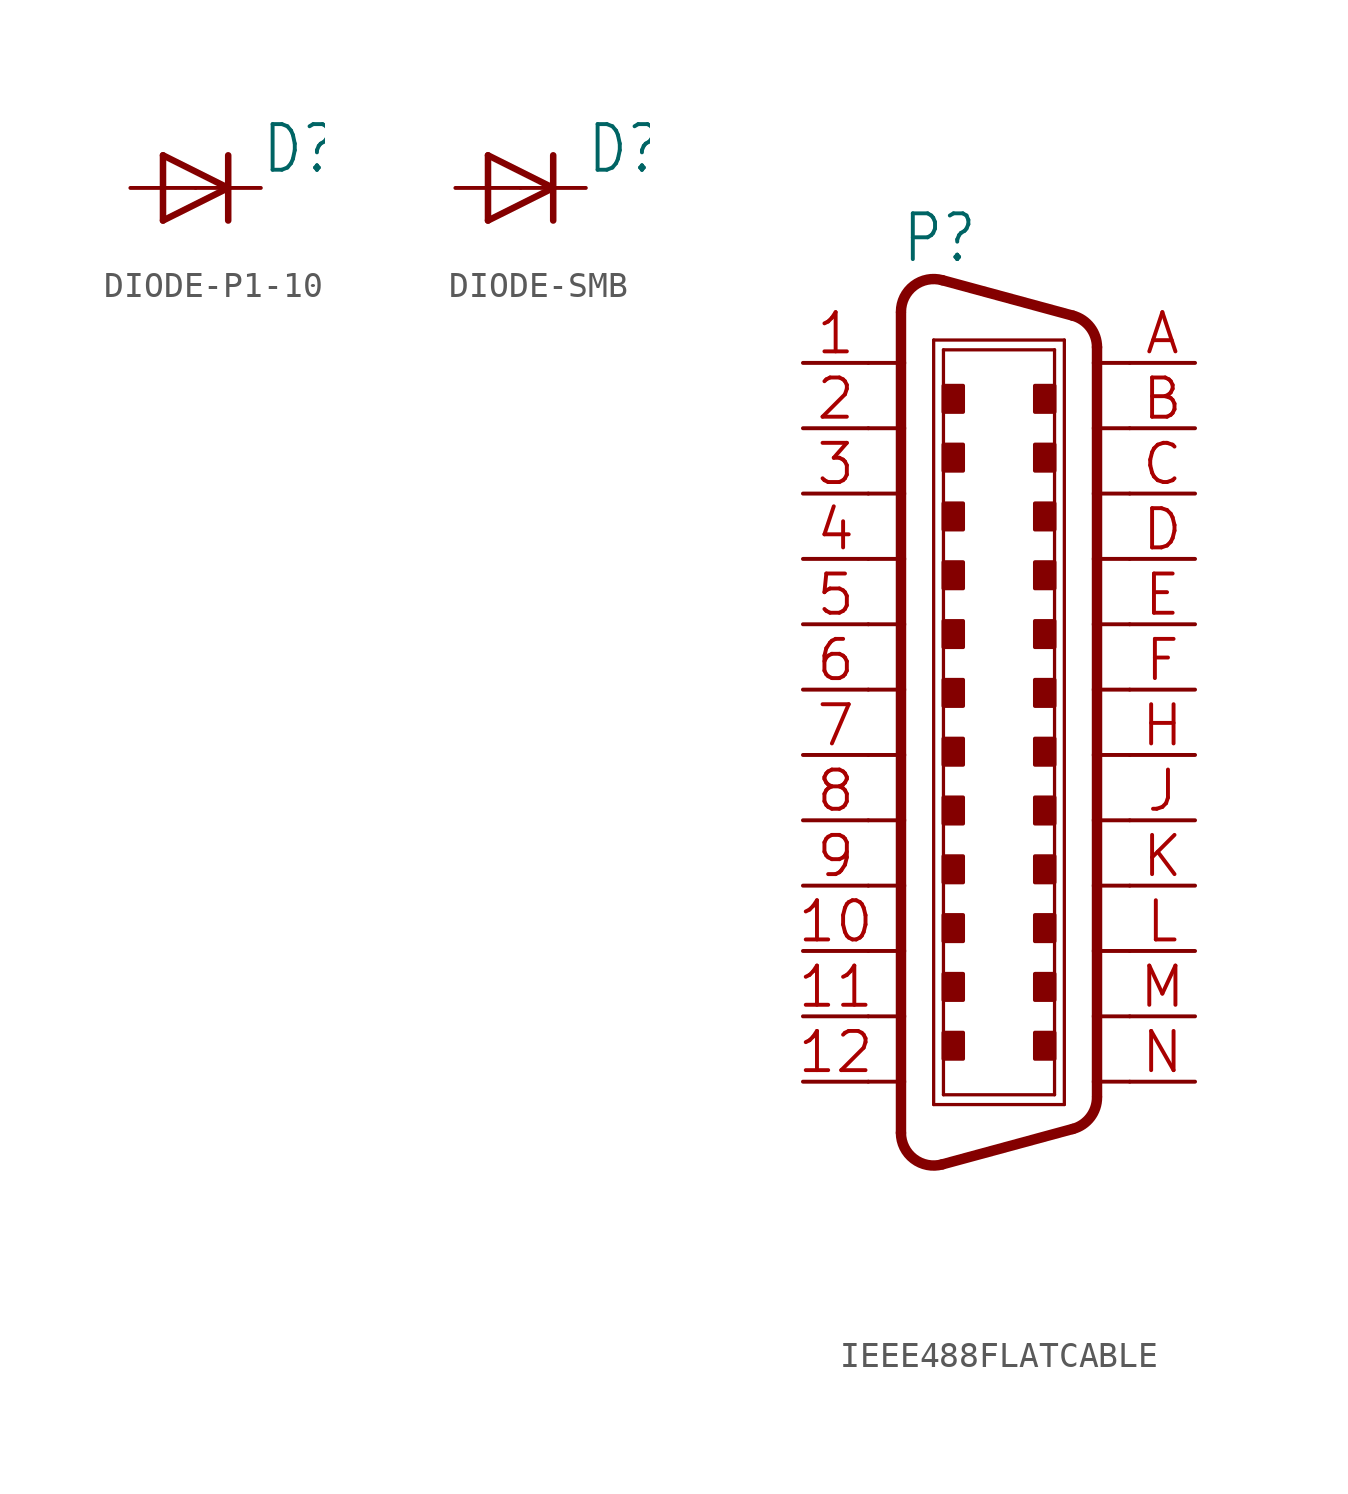
<source format=kicad_sym>
(kicad_symbol_lib
  (version 20241209)
  (generator "kicad_symbol_editor")
  (generator_version "9.0")
  (symbol "DIODE-P1-10"
    (property "Reference" "D"
      (at 2.54 0.483 0)
      (effects (font (size 1.778 1.511)) (justify left bottom)))
    (property "Value" ""
      (at 2.54 -2.311 0)
      (effects (font (size 1.778 1.511)) (justify left bottom)))
    (property "ki_locked" ""
      (at 0 0 0)
      (effects (font (size 1.27 1.27))))
    (symbol "DIODE-P1-10_1_0"
      (polyline (pts (xy -1.27 1.27) (xy -1.27 -1.27)) (stroke (width 0.254) (type solid)) (fill (type none)))
      (polyline (pts (xy -1.27 -1.27) (xy 1.27 0)) (stroke (width 0.254) (type solid)) (fill (type none)))
      (polyline (pts (xy 1.27 1.27) (xy 1.27 0)) (stroke (width 0.254) (type solid)) (fill (type none)))
      (polyline (pts (xy 1.27 0) (xy -1.27 1.27)) (stroke (width 0.254) (type solid)) (fill (type none)))
      (polyline (pts (xy 1.27 0) (xy 1.27 -1.27)) (stroke (width 0.254) (type solid)) (fill (type none)))
      (pin passive line (at -2.54 0 0) (length 2.54) (name "A" (effects (font (size 0 0)))) (number "A" (effects (font (size 0 0)))))
      (pin passive line (at 2.54 0 180) (length 2.54) (name "C" (effects (font (size 0 0)))) (number "C" (effects (font (size 0 0)))))))
  (symbol "DIODE-SMB"
    (property "Reference" "D"
      (at 2.54 0.483 0)
      (effects (font (size 1.778 1.511)) (justify left bottom)))
    (property "Value" ""
      (at 2.54 -2.311 0)
      (effects (font (size 1.778 1.511)) (justify left bottom)))
    (property "ki_locked" ""
      (at 0 0 0)
      (effects (font (size 1.27 1.27))))
    (symbol "DIODE-SMB_1_0"
      (polyline (pts (xy -1.27 1.27) (xy -1.27 -1.27)) (stroke (width 0.254) (type solid)) (fill (type none)))
      (polyline (pts (xy -1.27 -1.27) (xy 1.27 0)) (stroke (width 0.254) (type solid)) (fill (type none)))
      (polyline (pts (xy 1.27 1.27) (xy 1.27 0)) (stroke (width 0.254) (type solid)) (fill (type none)))
      (polyline (pts (xy 1.27 0) (xy -1.27 1.27)) (stroke (width 0.254) (type solid)) (fill (type none)))
      (polyline (pts (xy 1.27 0) (xy 1.27 -1.27)) (stroke (width 0.254) (type solid)) (fill (type none)))
      (pin passive line (at -2.54 0 0) (length 2.54) (name "A" (effects (font (size 0 0)))) (number "A" (effects (font (size 0 0)))))
      (pin passive line (at 2.54 0 180) (length 2.54) (name "C" (effects (font (size 0 0)))) (number "C" (effects (font (size 0 0)))))))
  (symbol "IEEE488FLATCABLE"
    (property "Reference" "P"
      (at -3.81 16.51 0)
      (effects (font (size 1.778 1.511)) (justify left bottom)))
    (property "Value" ""
      (at -3.81 -20.955 0)
      (effects (font (size 1.778 1.511)) (justify left bottom)))
    (property "ki_locked" ""
      (at 0 0 0)
      (effects (font (size 1.27 1.27))))
    (symbol "IEEE488FLATCABLE_1_0"
      (polyline (pts (xy -5.08 12.7) (xy -3.81 12.7)) (stroke (width 0.152) (type solid)) (fill (type none)))
      (polyline (pts (xy -5.08 10.16) (xy -3.81 10.16)) (stroke (width 0.152) (type solid)) (fill (type none)))
      (polyline (pts (xy -5.08 7.62) (xy -3.81 7.62)) (stroke (width 0.152) (type solid)) (fill (type none)))
      (polyline (pts (xy -5.08 -7.62) (xy -3.81 -7.62)) (stroke (width 0.152) (type solid)) (fill (type none)))
      (polyline (pts (xy -5.08 -10.16) (xy -3.81 -10.16)) (stroke (width 0.152) (type solid)) (fill (type none)))
      (polyline (pts (xy -5.08 -12.7) (xy -3.81 -12.7)) (stroke (width 0.152) (type solid)) (fill (type none)))
      (polyline (pts (xy -5.08 -15.24) (xy -3.81 -15.24)) (stroke (width 0.152) (type solid)) (fill (type none)))
      (polyline (pts (xy -3.81 14.644) (xy -3.81 12.7)) (stroke (width 0.406) (type solid)) (fill (type none)))
      (polyline (pts (xy -3.81 12.7) (xy -3.81 10.16)) (stroke (width 0.406) (type solid)) (fill (type none)))
      (polyline (pts (xy -3.81 10.16) (xy -3.81 7.62)) (stroke (width 0.406) (type solid)) (fill (type none)))
      (polyline (pts (xy -3.81 7.62) (xy -3.81 5.08)) (stroke (width 0.406) (type solid)) (fill (type none)))
      (polyline (pts (xy -3.81 5.08) (xy -5.08 5.08)) (stroke (width 0.152) (type solid)) (fill (type none)))
      (polyline (pts (xy -3.81 5.08) (xy -3.81 2.54)) (stroke (width 0.406) (type solid)) (fill (type none)))
      (polyline (pts (xy -3.81 2.54) (xy -5.08 2.54)) (stroke (width 0.152) (type solid)) (fill (type none)))
      (polyline (pts (xy -3.81 2.54) (xy -3.81 0)) (stroke (width 0.406) (type solid)) (fill (type none)))
      (polyline (pts (xy -3.81 0) (xy -5.08 0)) (stroke (width 0.152) (type solid)) (fill (type none)))
      (polyline (pts (xy -3.81 0) (xy -3.81 -2.54)) (stroke (width 0.406) (type solid)) (fill (type none)))
      (polyline (pts (xy -3.81 -2.54) (xy -5.08 -2.54)) (stroke (width 0.152) (type solid)) (fill (type none)))
      (polyline (pts (xy -3.81 -2.54) (xy -3.81 -5.08)) (stroke (width 0.406) (type solid)) (fill (type none)))
      (polyline (pts (xy -3.81 -5.08) (xy -5.08 -5.08)) (stroke (width 0.152) (type solid)) (fill (type none)))
      (polyline (pts (xy -3.81 -5.08) (xy -3.81 -7.62)) (stroke (width 0.406) (type solid)) (fill (type none)))
      (polyline (pts (xy -3.81 -7.62) (xy -3.81 -10.16)) (stroke (width 0.406) (type solid)) (fill (type none)))
      (polyline (pts (xy -3.81 -10.16) (xy -3.81 -12.7)) (stroke (width 0.406) (type solid)) (fill (type none)))
      (polyline (pts (xy -3.81 -12.7) (xy -3.81 -15.24)) (stroke (width 0.406) (type solid)) (fill (type none)))
      (polyline (pts (xy -3.81 -15.24) (xy -3.81 -17.23)) (stroke (width 0.406) (type solid)) (fill (type none)))
      (polyline (pts (xy -2.54 13.589) (xy 2.54 13.589)) (stroke (width 0.127) (type solid)) (fill (type none)))
      (polyline (pts (xy -2.54 -16.129) (xy -2.54 13.589)) (stroke (width 0.127) (type solid)) (fill (type none)))
      (polyline (pts (xy -2.54 -16.129) (xy 2.54 -16.129)) (stroke (width 0.127) (type solid)) (fill (type none)))
      (arc (start -2.2069 -18.4554) (mid -3.3113 -18.2388) (end -3.81 -17.2298) (stroke (width 0.4064) (type solid)) (fill (type none)))
      (arc (start -3.81 14.6898) (mid -3.3113 15.6987) (end -2.2069 15.9154) (stroke (width 0.4064) (type solid)) (fill (type none)))
      (polyline (pts (xy -2.159 13.208) (xy 2.159 13.208)) (stroke (width 0.127) (type solid)) (fill (type none)))
      (rectangle (start -2.159 10.795) (end -1.397 11.811) (stroke (width 0) (type default)) (fill (type outline)))
      (rectangle (start -2.159 8.509) (end -1.397 9.525) (stroke (width 0) (type default)) (fill (type outline)))
      (rectangle (start -2.159 6.223) (end -1.397 7.239) (stroke (width 0) (type default)) (fill (type outline)))
      (rectangle (start -2.159 3.937) (end -1.397 4.953) (stroke (width 0) (type default)) (fill (type outline)))
      (rectangle (start -2.159 1.651) (end -1.397 2.667) (stroke (width 0) (type default)) (fill (type outline)))
      (rectangle (start -2.159 -0.635) (end -1.397 0.381) (stroke (width 0) (type default)) (fill (type outline)))
      (rectangle (start -2.159 -2.921) (end -1.397 -1.905) (stroke (width 0) (type default)) (fill (type outline)))
      (rectangle (start -2.159 -5.207) (end -1.397 -4.191) (stroke (width 0) (type default)) (fill (type outline)))
      (rectangle (start -2.159 -7.493) (end -1.397 -6.477) (stroke (width 0) (type default)) (fill (type outline)))
      (rectangle (start -2.159 -9.779) (end -1.397 -8.763) (stroke (width 0) (type default)) (fill (type outline)))
      (rectangle (start -2.159 -12.065) (end -1.397 -11.049) (stroke (width 0) (type default)) (fill (type outline)))
      (rectangle (start -2.159 -14.351) (end -1.397 -13.335) (stroke (width 0) (type default)) (fill (type outline)))
      (polyline (pts (xy -2.159 -15.748) (xy -2.159 13.208)) (stroke (width 0.127) (type solid)) (fill (type none)))
      (rectangle (start 1.397 10.795) (end 2.159 11.811) (stroke (width 0) (type default)) (fill (type outline)))
      (rectangle (start 1.397 8.509) (end 2.159 9.525) (stroke (width 0) (type default)) (fill (type outline)))
      (rectangle (start 1.397 6.223) (end 2.159 7.239) (stroke (width 0) (type default)) (fill (type outline)))
      (rectangle (start 1.397 3.937) (end 2.159 4.953) (stroke (width 0) (type default)) (fill (type outline)))
      (rectangle (start 1.397 1.651) (end 2.159 2.667) (stroke (width 0) (type default)) (fill (type outline)))
      (rectangle (start 1.397 -0.635) (end 2.159 0.381) (stroke (width 0) (type default)) (fill (type outline)))
      (rectangle (start 1.397 -2.921) (end 2.159 -1.905) (stroke (width 0) (type default)) (fill (type outline)))
      (rectangle (start 1.397 -5.207) (end 2.159 -4.191) (stroke (width 0) (type default)) (fill (type outline)))
      (rectangle (start 1.397 -7.493) (end 2.159 -6.477) (stroke (width 0) (type default)) (fill (type outline)))
      (rectangle (start 1.397 -9.779) (end 2.159 -8.763) (stroke (width 0) (type default)) (fill (type outline)))
      (rectangle (start 1.397 -12.065) (end 2.159 -11.049) (stroke (width 0) (type default)) (fill (type outline)))
      (rectangle (start 1.397 -14.351) (end 2.159 -13.335) (stroke (width 0) (type default)) (fill (type outline)))
      (polyline (pts (xy 2.159 13.208) (xy 2.159 -15.748)) (stroke (width 0.127) (type solid)) (fill (type none)))
      (polyline (pts (xy 2.159 -15.748) (xy -2.159 -15.748)) (stroke (width 0.127) (type solid)) (fill (type none)))
      (arc (start 2.873 14.5352) (mid 3.5489 14.081) (end 3.81 13.3096) (stroke (width 0.4064) (type solid)) (fill (type none)))
      (arc (start 3.81 -15.8495) (mid 3.5489 -16.6209) (end 2.873 -17.0751) (stroke (width 0.4064) (type solid)) (fill (type none)))
      (polyline (pts (xy 2.54 -16.129) (xy 2.54 13.589)) (stroke (width 0.127) (type solid)) (fill (type none)))
      (polyline (pts (xy 2.873 14.535) (xy -2.207 15.915)) (stroke (width 0.406) (type solid)) (fill (type none)))
      (polyline (pts (xy 2.873 -17.075) (xy -2.207 -18.455)) (stroke (width 0.406) (type solid)) (fill (type none)))
      (polyline (pts (xy 3.81 12.7) (xy 3.81 13.31)) (stroke (width 0.406) (type solid)) (fill (type none)))
      (polyline (pts (xy 3.81 10.16) (xy 3.81 12.7)) (stroke (width 0.406) (type solid)) (fill (type none)))
      (polyline (pts (xy 3.81 7.62) (xy 3.81 10.16)) (stroke (width 0.406) (type solid)) (fill (type none)))
      (polyline (pts (xy 3.81 5.08) (xy 3.81 7.62)) (stroke (width 0.406) (type solid)) (fill (type none)))
      (polyline (pts (xy 3.81 2.54) (xy 3.81 5.08)) (stroke (width 0.406) (type solid)) (fill (type none)))
      (polyline (pts (xy 3.81 0) (xy 3.81 2.54)) (stroke (width 0.406) (type solid)) (fill (type none)))
      (polyline (pts (xy 3.81 -2.54) (xy 3.81 0)) (stroke (width 0.406) (type solid)) (fill (type none)))
      (polyline (pts (xy 3.81 -5.08) (xy 3.81 -2.54)) (stroke (width 0.406) (type solid)) (fill (type none)))
      (polyline (pts (xy 3.81 -7.62) (xy 3.81 -5.08)) (stroke (width 0.406) (type solid)) (fill (type none)))
      (polyline (pts (xy 3.81 -10.16) (xy 3.81 -7.62)) (stroke (width 0.406) (type solid)) (fill (type none)))
      (polyline (pts (xy 3.81 -12.7) (xy 3.81 -10.16)) (stroke (width 0.406) (type solid)) (fill (type none)))
      (polyline (pts (xy 3.81 -15.24) (xy 3.81 -12.7)) (stroke (width 0.406) (type solid)) (fill (type none)))
      (polyline (pts (xy 3.81 -15.803) (xy 3.81 -15.24)) (stroke (width 0.406) (type solid)) (fill (type none)))
      (polyline (pts (xy 5.08 12.7) (xy 3.81 12.7)) (stroke (width 0.152) (type solid)) (fill (type none)))
      (polyline (pts (xy 5.08 10.16) (xy 3.81 10.16)) (stroke (width 0.152) (type solid)) (fill (type none)))
      (polyline (pts (xy 5.08 7.62) (xy 3.81 7.62)) (stroke (width 0.152) (type solid)) (fill (type none)))
      (polyline (pts (xy 5.08 5.08) (xy 3.81 5.08)) (stroke (width 0.152) (type solid)) (fill (type none)))
      (polyline (pts (xy 5.08 2.54) (xy 3.81 2.54)) (stroke (width 0.152) (type solid)) (fill (type none)))
      (polyline (pts (xy 5.08 0) (xy 3.81 0)) (stroke (width 0.152) (type solid)) (fill (type none)))
      (polyline (pts (xy 5.08 -2.54) (xy 3.81 -2.54)) (stroke (width 0.152) (type solid)) (fill (type none)))
      (polyline (pts (xy 5.08 -5.08) (xy 3.81 -5.08)) (stroke (width 0.152) (type solid)) (fill (type none)))
      (polyline (pts (xy 5.08 -7.62) (xy 3.81 -7.62)) (stroke (width 0.152) (type solid)) (fill (type none)))
      (polyline (pts (xy 5.08 -10.16) (xy 3.81 -10.16)) (stroke (width 0.152) (type solid)) (fill (type none)))
      (polyline (pts (xy 5.08 -12.7) (xy 3.81 -12.7)) (stroke (width 0.152) (type solid)) (fill (type none)))
      (polyline (pts (xy 5.08 -15.24) (xy 3.81 -15.24)) (stroke (width 0.152) (type solid)) (fill (type none)))
      (pin passive line (at -7.62 12.7 0) (length 2.54) (name "1" (effects (font (size 0 0)))) (number "1" (effects (font (size 1.524 1.524)))))
      (pin passive line (at -7.62 10.16 0) (length 2.54) (name "2" (effects (font (size 0 0)))) (number "2" (effects (font (size 1.524 1.524)))))
      (pin passive line (at -7.62 7.62 0) (length 2.54) (name "3" (effects (font (size 0 0)))) (number "3" (effects (font (size 1.524 1.524)))))
      (pin passive line (at -7.62 5.08 0) (length 2.54) (name "4" (effects (font (size 0 0)))) (number "4" (effects (font (size 1.524 1.524)))))
      (pin passive line (at -7.62 2.54 0) (length 2.54) (name "5" (effects (font (size 0 0)))) (number "5" (effects (font (size 1.524 1.524)))))
      (pin passive line (at -7.62 0 0) (length 2.54) (name "6" (effects (font (size 0 0)))) (number "6" (effects (font (size 1.524 1.524)))))
      (pin passive line (at -7.62 -2.54 0) (length 2.54) (name "7" (effects (font (size 0 0)))) (number "7" (effects (font (size 1.524 1.524)))))
      (pin passive line (at -7.62 -5.08 0) (length 2.54) (name "8" (effects (font (size 0 0)))) (number "8" (effects (font (size 1.524 1.524)))))
      (pin passive line (at -7.62 -7.62 0) (length 2.54) (name "9" (effects (font (size 0 0)))) (number "9" (effects (font (size 1.524 1.524)))))
      (pin passive line (at -7.62 -10.16 0) (length 2.54) (name "10" (effects (font (size 0 0)))) (number "10" (effects (font (size 1.524 1.524)))))
      (pin passive line (at -7.62 -12.7 0) (length 2.54) (name "11" (effects (font (size 0 0)))) (number "11" (effects (font (size 1.524 1.524)))))
      (pin passive line (at -7.62 -15.24 0) (length 2.54) (name "12" (effects (font (size 0 0)))) (number "12" (effects (font (size 1.524 1.524)))))
      (pin passive line (at 7.62 12.7 180) (length 2.54) (name "13" (effects (font (size 0 0)))) (number "A" (effects (font (size 1.524 1.524)))))
      (pin passive line (at 7.62 10.16 180) (length 2.54) (name "14" (effects (font (size 0 0)))) (number "B" (effects (font (size 1.524 1.524)))))
      (pin passive line (at 7.62 7.62 180) (length 2.54) (name "15" (effects (font (size 0 0)))) (number "C" (effects (font (size 1.524 1.524)))))
      (pin passive line (at 7.62 5.08 180) (length 2.54) (name "16" (effects (font (size 0 0)))) (number "D" (effects (font (size 1.524 1.524)))))
      (pin passive line (at 7.62 2.54 180) (length 2.54) (name "17" (effects (font (size 0 0)))) (number "E" (effects (font (size 1.524 1.524)))))
      (pin passive line (at 7.62 0 180) (length 2.54) (name "18" (effects (font (size 0 0)))) (number "F" (effects (font (size 1.524 1.524)))))
      (pin passive line (at 7.62 -2.54 180) (length 2.54) (name "19" (effects (font (size 0 0)))) (number "H" (effects (font (size 1.524 1.524)))))
      (pin passive line (at 7.62 -5.08 180) (length 2.54) (name "20" (effects (font (size 0 0)))) (number "J" (effects (font (size 1.524 1.524)))))
      (pin passive line (at 7.62 -7.62 180) (length 2.54) (name "21" (effects (font (size 0 0)))) (number "K" (effects (font (size 1.524 1.524)))))
      (pin passive line (at 7.62 -10.16 180) (length 2.54) (name "22" (effects (font (size 0 0)))) (number "L" (effects (font (size 1.524 1.524)))))
      (pin passive line (at 7.62 -12.7 180) (length 2.54) (name "23" (effects (font (size 0 0)))) (number "M" (effects (font (size 1.524 1.524)))))
      (pin passive line (at 7.62 -15.24 180) (length 2.54) (name "24" (effects (font (size 0 0)))) (number "N" (effects (font (size 1.524 1.524))))))))
</source>
